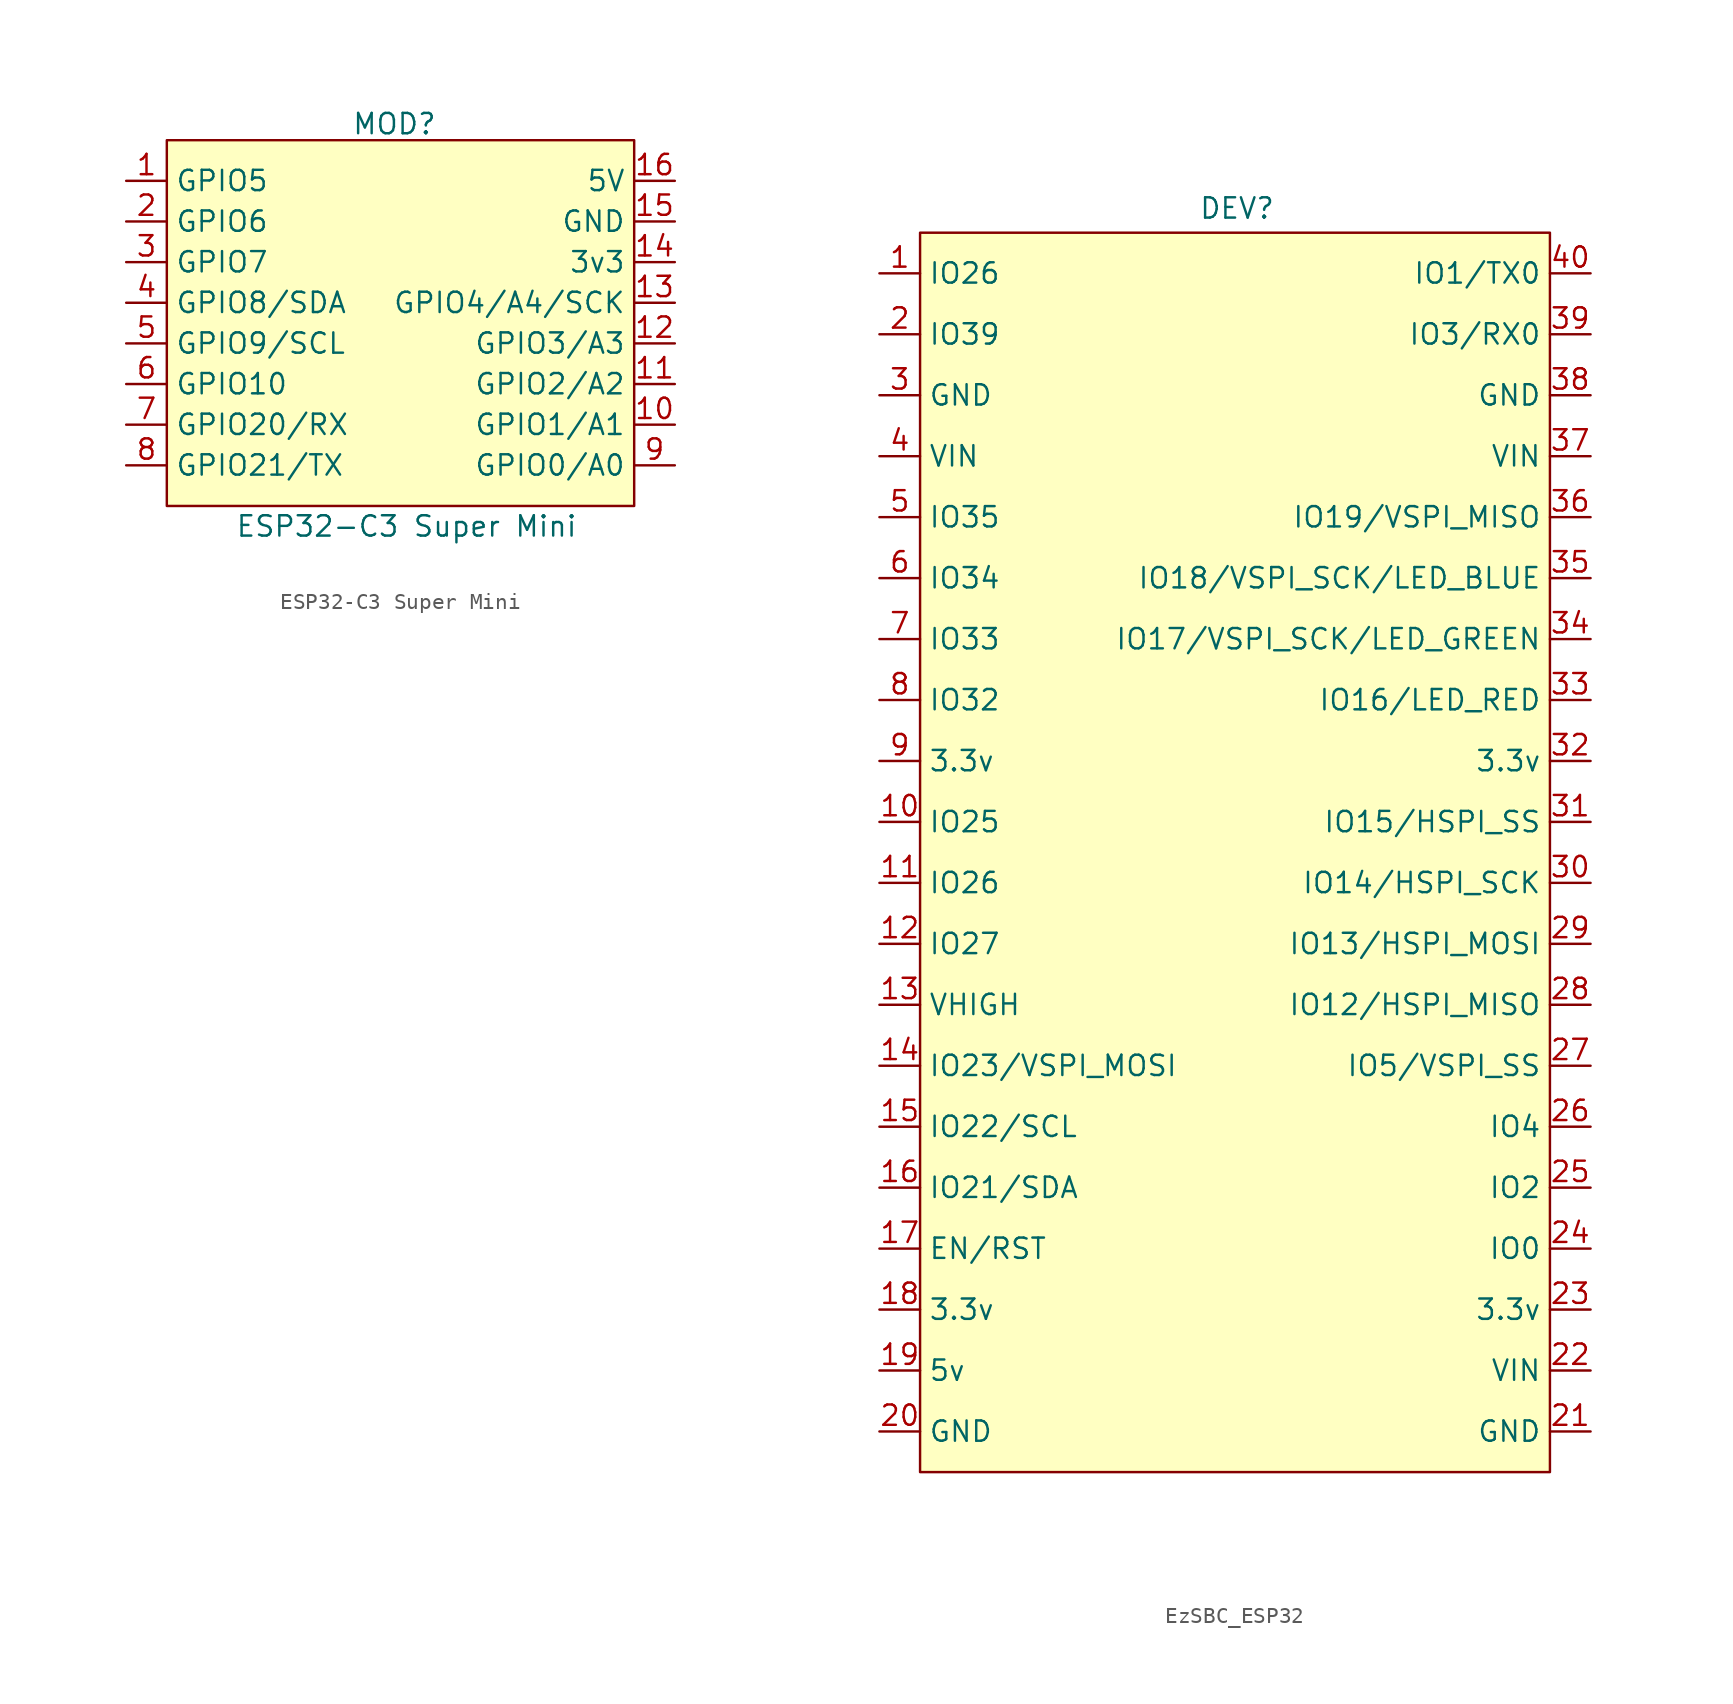
<source format=kicad_sym>
(kicad_symbol_lib
  (version 20231120)
  (generator "kicad_symbol_editor")
  (generator_version "8.0")
  (symbol "ESP32-C3 Super Mini"
    (property "Reference" "MOD"
      (at 16.764 3.556 0)
      (effects (font (size 1.27 1.27))))
    (property "Value" "ESP32-C3 Super Mini"
      (at 17.526 -21.59 0)
      (effects (font (size 1.27 1.27))))
    (symbol "ESP32-C3 Super Mini_1_1"
      (rectangle (start 2.54 2.54) (end 31.75 -20.32) (stroke (width 0) (type default)) (fill (type background)))
      (pin input line (at 0 0 0) (length 2.54) (name "GPIO5" (effects (font (size 1.27 1.27)))) (number "1" (effects (font (size 1.27 1.27)))))
      (pin input line (at 34.29 -15.24 180) (length 2.54) (name "GPIO1/A1" (effects (font (size 1.27 1.27)))) (number "10" (effects (font (size 1.27 1.27)))))
      (pin input line (at 34.29 -12.7 180) (length 2.54) (name "GPIO2/A2" (effects (font (size 1.27 1.27)))) (number "11" (effects (font (size 1.27 1.27)))))
      (pin input line (at 34.29 -10.16 180) (length 2.54) (name "GPIO3/A3" (effects (font (size 1.27 1.27)))) (number "12" (effects (font (size 1.27 1.27)))))
      (pin input line (at 34.29 -7.62 180) (length 2.54) (name "GPIO4/A4/SCK" (effects (font (size 1.27 1.27)))) (number "13" (effects (font (size 1.27 1.27)))))
      (pin input line (at 34.29 -5.08 180) (length 2.54) (name "3v3" (effects (font (size 1.27 1.27)))) (number "14" (effects (font (size 1.27 1.27)))))
      (pin input line (at 34.29 -2.54 180) (length 2.54) (name "GND" (effects (font (size 1.27 1.27)))) (number "15" (effects (font (size 1.27 1.27)))))
      (pin input line (at 34.29 0 180) (length 2.54) (name "5V" (effects (font (size 1.27 1.27)))) (number "16" (effects (font (size 1.27 1.27)))))
      (pin input line (at 0 -2.54 0) (length 2.54) (name "GPIO6" (effects (font (size 1.27 1.27)))) (number "2" (effects (font (size 1.27 1.27)))))
      (pin input line (at 0 -5.08 0) (length 2.54) (name "GPIO7" (effects (font (size 1.27 1.27)))) (number "3" (effects (font (size 1.27 1.27)))))
      (pin input line (at 0 -7.62 0) (length 2.54) (name "GPIO8/SDA" (effects (font (size 1.27 1.27)))) (number "4" (effects (font (size 1.27 1.27)))))
      (pin input line (at 0 -10.16 0) (length 2.54) (name "GPIO9/SCL" (effects (font (size 1.27 1.27)))) (number "5" (effects (font (size 1.27 1.27)))))
      (pin input line (at 0 -12.7 0) (length 2.54) (name "GPIO10" (effects (font (size 1.27 1.27)))) (number "6" (effects (font (size 1.27 1.27)))))
      (pin input line (at 0 -15.24 0) (length 2.54) (name "GPIO20/RX" (effects (font (size 1.27 1.27)))) (number "7" (effects (font (size 1.27 1.27)))))
      (pin input line (at 0 -17.78 0) (length 2.54) (name "GPIO21/TX" (effects (font (size 1.27 1.27)))) (number "8" (effects (font (size 1.27 1.27)))))
      (pin input line (at 34.29 -17.78 180) (length 2.54) (name "GPIO0/A0" (effects (font (size 1.27 1.27)))) (number "9" (effects (font (size 1.27 1.27)))))))
  (symbol "EzSBC_ESP32"
    (property "Reference" "DEV"
      (at 22.352 4.064 0)
      (effects (font (size 1.27 1.27))))
    (property "Value" ""
      (at 0 0 0)
      (effects (font (size 1.27 1.27))))
    (symbol "EzSBC_ESP32_1_1"
      (rectangle (start 2.54 2.54) (end 41.91 -74.93) (stroke (width 0) (type default)) (fill (type background)))
      (pin input line (at 0 0 0) (length 2.54) (name "IO26" (effects (font (size 1.27 1.27)))) (number "1" (effects (font (size 1.27 1.27)))))
      (pin input line (at 0 -34.29 0) (length 2.54) (name "IO25" (effects (font (size 1.27 1.27)))) (number "10" (effects (font (size 1.27 1.27)))))
      (pin input line (at 0 -38.1 0) (length 2.54) (name "IO26" (effects (font (size 1.27 1.27)))) (number "11" (effects (font (size 1.27 1.27)))))
      (pin input line (at 0 -41.91 0) (length 2.54) (name "IO27" (effects (font (size 1.27 1.27)))) (number "12" (effects (font (size 1.27 1.27)))))
      (pin input line (at 0 -45.72 0) (length 2.54) (name "VHIGH" (effects (font (size 1.27 1.27)))) (number "13" (effects (font (size 1.27 1.27)))))
      (pin input line (at 0 -49.53 0) (length 2.54) (name "IO23/VSPI_MOSI" (effects (font (size 1.27 1.27)))) (number "14" (effects (font (size 1.27 1.27)))))
      (pin input line (at 0 -53.34 0) (length 2.54) (name "IO22/SCL" (effects (font (size 1.27 1.27)))) (number "15" (effects (font (size 1.27 1.27)))))
      (pin input line (at 0 -57.15 0) (length 2.54) (name "IO21/SDA" (effects (font (size 1.27 1.27)))) (number "16" (effects (font (size 1.27 1.27)))))
      (pin input line (at 0 -60.96 0) (length 2.54) (name "EN/RST" (effects (font (size 1.27 1.27)))) (number "17" (effects (font (size 1.27 1.27)))))
      (pin input line (at 0 -64.77 0) (length 2.54) (name "3.3v" (effects (font (size 1.27 1.27)))) (number "18" (effects (font (size 1.27 1.27)))))
      (pin input line (at 0 -68.58 0) (length 2.54) (name "5v" (effects (font (size 1.27 1.27)))) (number "19" (effects (font (size 1.27 1.27)))))
      (pin input line (at 0 -3.81 0) (length 2.54) (name "IO39" (effects (font (size 1.27 1.27)))) (number "2" (effects (font (size 1.27 1.27)))))
      (pin input line (at 0 -72.39 0) (length 2.54) (name "GND" (effects (font (size 1.27 1.27)))) (number "20" (effects (font (size 1.27 1.27)))))
      (pin input line (at 44.45 -72.39 180) (length 2.54) (name "GND" (effects (font (size 1.27 1.27)))) (number "21" (effects (font (size 1.27 1.27)))))
      (pin input line (at 44.45 -68.58 180) (length 2.54) (name "VIN" (effects (font (size 1.27 1.27)))) (number "22" (effects (font (size 1.27 1.27)))))
      (pin input line (at 44.45 -64.77 180) (length 2.54) (name "3.3v" (effects (font (size 1.27 1.27)))) (number "23" (effects (font (size 1.27 1.27)))))
      (pin input line (at 44.45 -60.96 180) (length 2.54) (name "IO0" (effects (font (size 1.27 1.27)))) (number "24" (effects (font (size 1.27 1.27)))))
      (pin input line (at 44.45 -57.15 180) (length 2.54) (name "IO2" (effects (font (size 1.27 1.27)))) (number "25" (effects (font (size 1.27 1.27)))))
      (pin input line (at 44.45 -53.34 180) (length 2.54) (name "IO4" (effects (font (size 1.27 1.27)))) (number "26" (effects (font (size 1.27 1.27)))))
      (pin input line (at 44.45 -49.53 180) (length 2.54) (name "IO5/VSPI_SS" (effects (font (size 1.27 1.27)))) (number "27" (effects (font (size 1.27 1.27)))))
      (pin input line (at 44.45 -45.72 180) (length 2.54) (name "IO12/HSPI_MISO" (effects (font (size 1.27 1.27)))) (number "28" (effects (font (size 1.27 1.27)))))
      (pin input line (at 44.45 -41.91 180) (length 2.54) (name "IO13/HSPI_MOSI" (effects (font (size 1.27 1.27)))) (number "29" (effects (font (size 1.27 1.27)))))
      (pin input line (at 0 -7.62 0) (length 2.54) (name "GND" (effects (font (size 1.27 1.27)))) (number "3" (effects (font (size 1.27 1.27)))))
      (pin input line (at 44.45 -38.1 180) (length 2.54) (name "IO14/HSPI_SCK" (effects (font (size 1.27 1.27)))) (number "30" (effects (font (size 1.27 1.27)))))
      (pin input line (at 44.45 -34.29 180) (length 2.54) (name "IO15/HSPI_SS" (effects (font (size 1.27 1.27)))) (number "31" (effects (font (size 1.27 1.27)))))
      (pin input line (at 44.45 -30.48 180) (length 2.54) (name "3.3v" (effects (font (size 1.27 1.27)))) (number "32" (effects (font (size 1.27 1.27)))))
      (pin input line (at 44.45 -26.67 180) (length 2.54) (name "IO16/LED_RED" (effects (font (size 1.27 1.27)))) (number "33" (effects (font (size 1.27 1.27)))))
      (pin input line (at 44.45 -22.86 180) (length 2.54) (name "IO17/VSPI_SCK/LED_GREEN" (effects (font (size 1.27 1.27)))) (number "34" (effects (font (size 1.27 1.27)))))
      (pin input line (at 44.45 -19.05 180) (length 2.54) (name "IO18/VSPI_SCK/LED_BLUE" (effects (font (size 1.27 1.27)))) (number "35" (effects (font (size 1.27 1.27)))))
      (pin input line (at 44.45 -15.24 180) (length 2.54) (name "IO19/VSPI_MISO" (effects (font (size 1.27 1.27)))) (number "36" (effects (font (size 1.27 1.27)))))
      (pin input line (at 44.45 -11.43 180) (length 2.54) (name "VIN" (effects (font (size 1.27 1.27)))) (number "37" (effects (font (size 1.27 1.27)))))
      (pin input line (at 44.45 -7.62 180) (length 2.54) (name "GND" (effects (font (size 1.27 1.27)))) (number "38" (effects (font (size 1.27 1.27)))))
      (pin input line (at 44.45 -3.81 180) (length 2.54) (name "IO3/RX0" (effects (font (size 1.27 1.27)))) (number "39" (effects (font (size 1.27 1.27)))))
      (pin input line (at 0 -11.43 0) (length 2.54) (name "VIN" (effects (font (size 1.27 1.27)))) (number "4" (effects (font (size 1.27 1.27)))))
      (pin input line (at 44.45 0 180) (length 2.54) (name "IO1/TX0" (effects (font (size 1.27 1.27)))) (number "40" (effects (font (size 1.27 1.27)))))
      (pin input line (at 0 -15.24 0) (length 2.54) (name "IO35" (effects (font (size 1.27 1.27)))) (number "5" (effects (font (size 1.27 1.27)))))
      (pin input line (at 0 -19.05 0) (length 2.54) (name "IO34" (effects (font (size 1.27 1.27)))) (number "6" (effects (font (size 1.27 1.27)))))
      (pin input line (at 0 -22.86 0) (length 2.54) (name "IO33" (effects (font (size 1.27 1.27)))) (number "7" (effects (font (size 1.27 1.27)))))
      (pin input line (at 0 -26.67 0) (length 2.54) (name "IO32" (effects (font (size 1.27 1.27)))) (number "8" (effects (font (size 1.27 1.27)))))
      (pin input line (at 0 -30.48 0) (length 2.54) (name "3.3v" (effects (font (size 1.27 1.27)))) (number "9" (effects (font (size 1.27 1.27))))))))
</source>
